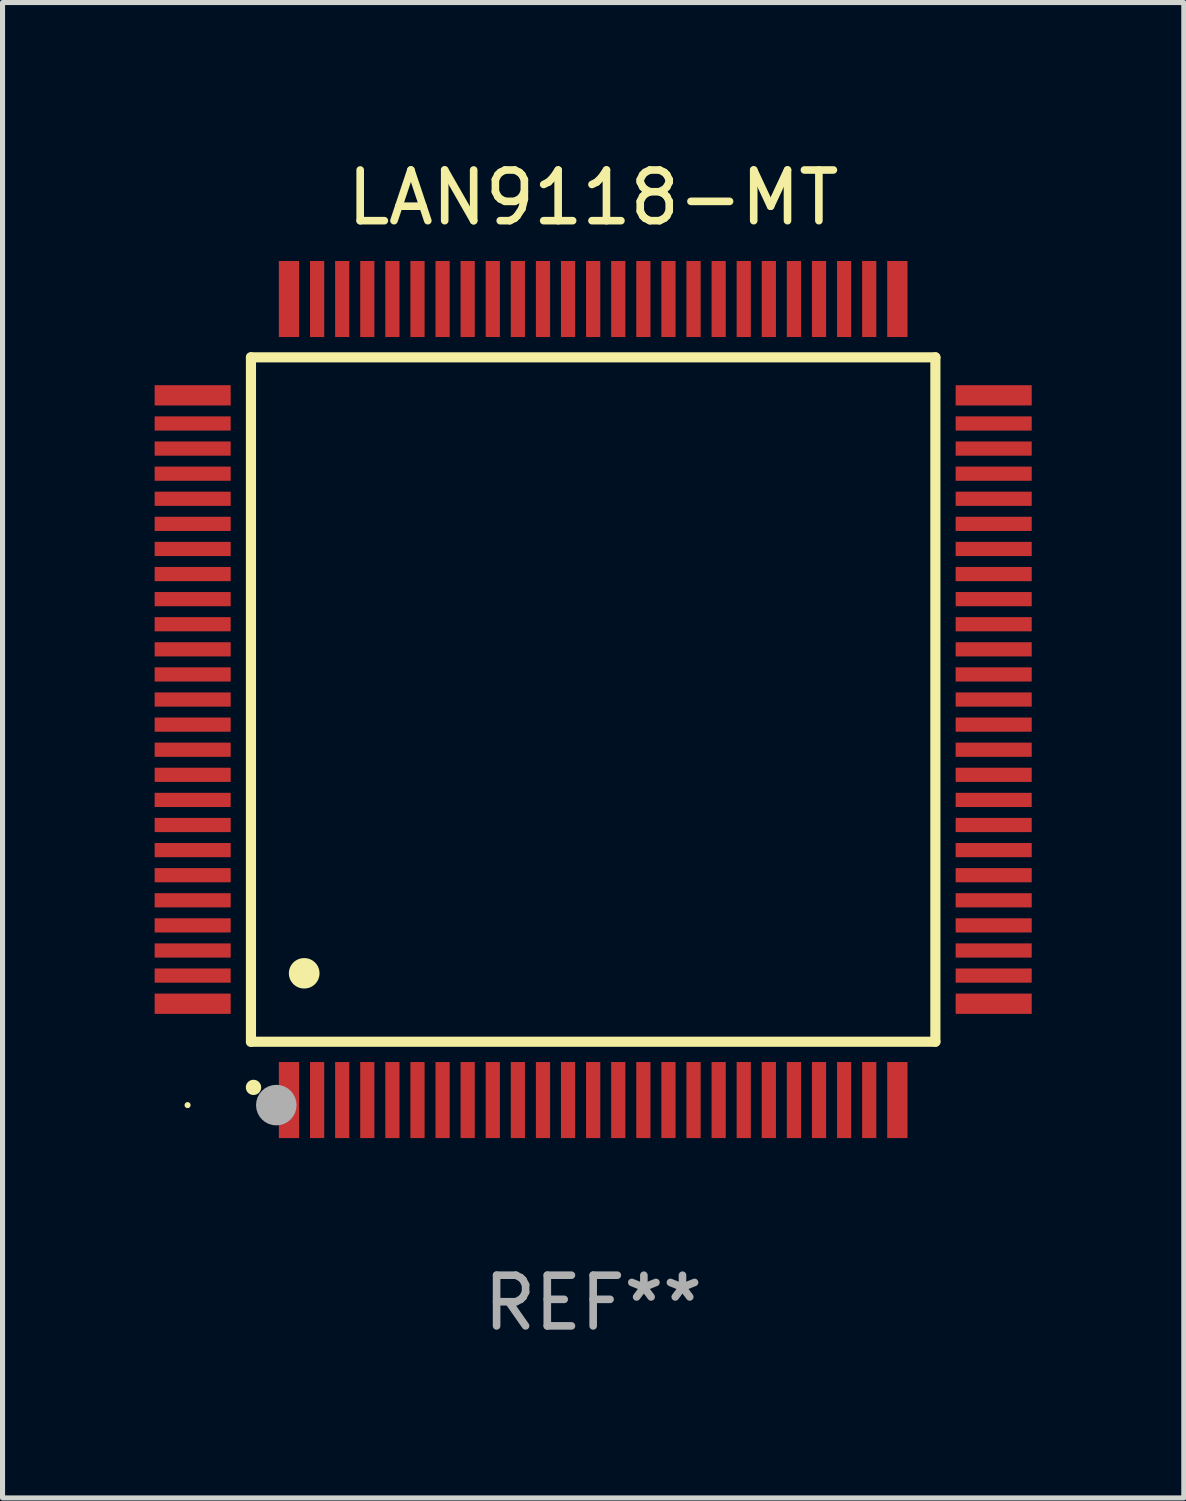
<source format=kicad_pcb>
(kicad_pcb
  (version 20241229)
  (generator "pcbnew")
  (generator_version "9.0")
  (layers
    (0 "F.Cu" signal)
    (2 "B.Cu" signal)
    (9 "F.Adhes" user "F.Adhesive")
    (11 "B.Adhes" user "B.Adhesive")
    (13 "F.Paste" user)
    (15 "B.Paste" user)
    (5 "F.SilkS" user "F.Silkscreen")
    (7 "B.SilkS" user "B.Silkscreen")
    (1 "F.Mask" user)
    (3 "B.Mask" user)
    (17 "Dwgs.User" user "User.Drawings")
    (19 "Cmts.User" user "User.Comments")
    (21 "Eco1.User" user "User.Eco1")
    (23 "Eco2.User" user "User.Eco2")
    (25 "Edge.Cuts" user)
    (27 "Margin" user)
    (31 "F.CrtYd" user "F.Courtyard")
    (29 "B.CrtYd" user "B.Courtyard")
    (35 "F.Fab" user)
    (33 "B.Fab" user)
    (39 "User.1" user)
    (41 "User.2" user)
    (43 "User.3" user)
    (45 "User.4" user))
  (footprint "LAN9118-MT"
    (layer "F.Cu")
    (at 8.65 10.748)
    (property "Reference" "LAN9118-MT" (at 0 -9.9 0) (layer "F.SilkS") (effects (font (size 1 1) (thickness 0.15))))
    (attr through_hole)
    (fp_line (start -6.75 -6.75) (end -6.75 6.75) (stroke (width 0.2) (type solid)) (layer "F.SilkS"))
    (fp_line (start -6.75 6.75) (end 6.75 6.75) (stroke (width 0.2) (type solid)) (layer "F.SilkS"))
    (fp_line (start 6.75 -6.75) (end -6.75 -6.75) (stroke (width 0.2) (type solid)) (layer "F.SilkS"))
    (fp_line (start 6.75 6.75) (end 6.75 -6.75) (stroke (width 0.2) (type solid)) (layer "F.SilkS"))
    (fp_arc (start -6.701321 7.650013) (mid -6.700051 7.650008) (end -6.698781 7.650013) (stroke (width 0.3) (type solid)) (layer "F.SilkS"))
    (fp_arc (start -5.702515 5.400025) (mid -5.699975 5.400014) (end -5.697435 5.400025) (stroke (width 0.6) (type solid)) (layer "F.SilkS"))
    (fp_circle (center -8 8) (end -7.97 8) (stroke (width 0.06) (type solid)) (fill no) (layer "F.SilkS"))
    (fp_circle (center -6.25 8) (end -6.05 8) (stroke (width 0.4) (type solid)) (fill no) (layer "F.Fab"))
    (fp_text user "REF**" (at 0 11.9 0) (layer "F.Fab") (effects (font (size 1 1) (thickness 0.15))))
    (pad "1" smd rect (at -6 7.9 180) (size 0.4 1.5) (layers "F.Cu" "F.Mask" "F.Paste"))
    (pad "2" smd rect (at -5.445 7.9 180) (size 0.28 1.5) (layers "F.Cu" "F.Mask" "F.Paste"))
    (pad "3" smd rect (at -4.95 7.9 180) (size 0.28 1.5) (layers "F.Cu" "F.Mask" "F.Paste"))
    (pad "4" smd rect (at -4.455 7.9 180) (size 0.28 1.5) (layers "F.Cu" "F.Mask" "F.Paste"))
    (pad "5" smd rect (at -3.96 7.9 180) (size 0.28 1.5) (layers "F.Cu" "F.Mask" "F.Paste"))
    (pad "6" smd rect (at -3.465 7.9 180) (size 0.28 1.5) (layers "F.Cu" "F.Mask" "F.Paste"))
    (pad "7" smd rect (at -2.97 7.9 180) (size 0.28 1.5) (layers "F.Cu" "F.Mask" "F.Paste"))
    (pad "8" smd rect (at -2.475 7.9 180) (size 0.28 1.5) (layers "F.Cu" "F.Mask" "F.Paste"))
    (pad "9" smd rect (at -1.98 7.9 180) (size 0.28 1.5) (layers "F.Cu" "F.Mask" "F.Paste"))
    (pad "10" smd rect (at -1.485 7.9 180) (size 0.28 1.5) (layers "F.Cu" "F.Mask" "F.Paste"))
    (pad "11" smd rect (at -0.99 7.9 180) (size 0.28 1.5) (layers "F.Cu" "F.Mask" "F.Paste"))
    (pad "12" smd rect (at -0.495 7.9 180) (size 0.28 1.5) (layers "F.Cu" "F.Mask" "F.Paste"))
    (pad "13" smd rect (at 0.000178 7.9 180) (size 0.28 1.5) (layers "F.Cu" "F.Mask" "F.Paste"))
    (pad "14" smd rect (at 0.495 7.9 180) (size 0.28 1.5) (layers "F.Cu" "F.Mask" "F.Paste"))
    (pad "15" smd rect (at 0.99 7.9 180) (size 0.28 1.5) (layers "F.Cu" "F.Mask" "F.Paste"))
    (pad "16" smd rect (at 1.485 7.9 180) (size 0.28 1.5) (layers "F.Cu" "F.Mask" "F.Paste"))
    (pad "17" smd rect (at 1.98 7.9 180) (size 0.28 1.5) (layers "F.Cu" "F.Mask" "F.Paste"))
    (pad "18" smd rect (at 2.475 7.9 180) (size 0.28 1.5) (layers "F.Cu" "F.Mask" "F.Paste"))
    (pad "19" smd rect (at 2.97 7.9 180) (size 0.28 1.5) (layers "F.Cu" "F.Mask" "F.Paste"))
    (pad "20" smd rect (at 3.465 7.9 180) (size 0.28 1.5) (layers "F.Cu" "F.Mask" "F.Paste"))
    (pad "21" smd rect (at 3.96 7.9 180) (size 0.28 1.5) (layers "F.Cu" "F.Mask" "F.Paste"))
    (pad "22" smd rect (at 4.455 7.9 180) (size 0.28 1.5) (layers "F.Cu" "F.Mask" "F.Paste"))
    (pad "23" smd rect (at 4.95 7.9 180) (size 0.28 1.5) (layers "F.Cu" "F.Mask" "F.Paste"))
    (pad "24" smd rect (at 5.445 7.9 180) (size 0.28 1.5) (layers "F.Cu" "F.Mask" "F.Paste"))
    (pad "25" smd rect (at 6 7.9 180) (size 0.4 1.5) (layers "F.Cu" "F.Mask" "F.Paste"))
    (pad "26" smd rect (at 7.9 6 90) (size 0.4 1.5) (layers "F.Cu" "F.Mask" "F.Paste"))
    (pad "27" smd rect (at 7.9 5.445 90) (size 0.28 1.5) (layers "F.Cu" "F.Mask" "F.Paste"))
    (pad "28" smd rect (at 7.9 4.95 90) (size 0.28 1.5) (layers "F.Cu" "F.Mask" "F.Paste"))
    (pad "29" smd rect (at 7.9 4.455 90) (size 0.28 1.5) (layers "F.Cu" "F.Mask" "F.Paste"))
    (pad "30" smd rect (at 7.9 3.96 90) (size 0.28 1.5) (layers "F.Cu" "F.Mask" "F.Paste"))
    (pad "31" smd rect (at 7.9 3.465 90) (size 0.28 1.5) (layers "F.Cu" "F.Mask" "F.Paste"))
    (pad "32" smd rect (at 7.9 2.97 90) (size 0.28 1.5) (layers "F.Cu" "F.Mask" "F.Paste"))
    (pad "33" smd rect (at 7.9 2.475 90) (size 0.28 1.5) (layers "F.Cu" "F.Mask" "F.Paste"))
    (pad "34" smd rect (at 7.9 1.98 90) (size 0.28 1.5) (layers "F.Cu" "F.Mask" "F.Paste"))
    (pad "35" smd rect (at 7.9 1.485 90) (size 0.28 1.5) (layers "F.Cu" "F.Mask" "F.Paste"))
    (pad "36" smd rect (at 7.9 0.99 90) (size 0.28 1.5) (layers "F.Cu" "F.Mask" "F.Paste"))
    (pad "37" smd rect (at 7.9 0.495 90) (size 0.28 1.5) (layers "F.Cu" "F.Mask" "F.Paste"))
    (pad "38" smd rect (at 7.9 0 90) (size 0.28 1.5) (layers "F.Cu" "F.Mask" "F.Paste"))
    (pad "39" smd rect (at 7.9 -0.495 90) (size 0.28 1.5) (layers "F.Cu" "F.Mask" "F.Paste"))
    (pad "40" smd rect (at 7.9 -0.99 90) (size 0.28 1.5) (layers "F.Cu" "F.Mask" "F.Paste"))
    (pad "41" smd rect (at 7.9 -1.485 90) (size 0.28 1.5) (layers "F.Cu" "F.Mask" "F.Paste"))
    (pad "42" smd rect (at 7.9 -1.98 90) (size 0.28 1.5) (layers "F.Cu" "F.Mask" "F.Paste"))
    (pad "43" smd rect (at 7.9 -2.475 90) (size 0.28 1.5) (layers "F.Cu" "F.Mask" "F.Paste"))
    (pad "44" smd rect (at 7.9 -2.97 90) (size 0.28 1.5) (layers "F.Cu" "F.Mask" "F.Paste"))
    (pad "45" smd rect (at 7.9 -3.465 90) (size 0.28 1.5) (layers "F.Cu" "F.Mask" "F.Paste"))
    (pad "46" smd rect (at 7.9 -3.96 90) (size 0.28 1.5) (layers "F.Cu" "F.Mask" "F.Paste"))
    (pad "47" smd rect (at 7.9 -4.455 90) (size 0.28 1.5) (layers "F.Cu" "F.Mask" "F.Paste"))
    (pad "48" smd rect (at 7.9 -4.95 90) (size 0.28 1.5) (layers "F.Cu" "F.Mask" "F.Paste"))
    (pad "49" smd rect (at 7.9 -5.445 90) (size 0.28 1.5) (layers "F.Cu" "F.Mask" "F.Paste"))
    (pad "50" smd rect (at 7.9 -6 90) (size 0.4 1.5) (layers "F.Cu" "F.Mask" "F.Paste"))
    (pad "51" smd rect (at 6 -7.9 180) (size 0.4 1.5) (layers "F.Cu" "F.Mask" "F.Paste"))
    (pad "52" smd rect (at 5.445 -7.9 180) (size 0.28 1.5) (layers "F.Cu" "F.Mask" "F.Paste"))
    (pad "53" smd rect (at 4.95 -7.9 180) (size 0.28 1.5) (layers "F.Cu" "F.Mask" "F.Paste"))
    (pad "54" smd rect (at 4.455 -7.9 180) (size 0.28 1.5) (layers "F.Cu" "F.Mask" "F.Paste"))
    (pad "55" smd rect (at 3.96 -7.9 180) (size 0.28 1.5) (layers "F.Cu" "F.Mask" "F.Paste"))
    (pad "56" smd rect (at 3.465 -7.9 180) (size 0.28 1.5) (layers "F.Cu" "F.Mask" "F.Paste"))
    (pad "57" smd rect (at 2.97 -7.9 180) (size 0.28 1.5) (layers "F.Cu" "F.Mask" "F.Paste"))
    (pad "58" smd rect (at 2.475 -7.9 180) (size 0.28 1.5) (layers "F.Cu" "F.Mask" "F.Paste"))
    (pad "59" smd rect (at 1.98 -7.9 180) (size 0.28 1.5) (layers "F.Cu" "F.Mask" "F.Paste"))
    (pad "60" smd rect (at 1.485 -7.9 180) (size 0.28 1.5) (layers "F.Cu" "F.Mask" "F.Paste"))
    (pad "61" smd rect (at 0.99 -7.9 180) (size 0.28 1.5) (layers "F.Cu" "F.Mask" "F.Paste"))
    (pad "62" smd rect (at 0.495 -7.9 180) (size 0.28 1.5) (layers "F.Cu" "F.Mask" "F.Paste"))
    (pad "63" smd rect (at 0.000178 -7.9 180) (size 0.28 1.5) (layers "F.Cu" "F.Mask" "F.Paste"))
    (pad "64" smd rect (at -0.495 -7.9 180) (size 0.28 1.5) (layers "F.Cu" "F.Mask" "F.Paste"))
    (pad "65" smd rect (at -0.99 -7.9 180) (size 0.28 1.5) (layers "F.Cu" "F.Mask" "F.Paste"))
    (pad "66" smd rect (at -1.485 -7.9 180) (size 0.28 1.5) (layers "F.Cu" "F.Mask" "F.Paste"))
    (pad "67" smd rect (at -1.98 -7.9 180) (size 0.28 1.5) (layers "F.Cu" "F.Mask" "F.Paste"))
    (pad "68" smd rect (at -2.475 -7.9 180) (size 0.28 1.5) (layers "F.Cu" "F.Mask" "F.Paste"))
    (pad "69" smd rect (at -2.97 -7.9 180) (size 0.28 1.5) (layers "F.Cu" "F.Mask" "F.Paste"))
    (pad "70" smd rect (at -3.465 -7.9 180) (size 0.28 1.5) (layers "F.Cu" "F.Mask" "F.Paste"))
    (pad "71" smd rect (at -3.96 -7.9 180) (size 0.28 1.5) (layers "F.Cu" "F.Mask" "F.Paste"))
    (pad "72" smd rect (at -4.455 -7.9 180) (size 0.28 1.5) (layers "F.Cu" "F.Mask" "F.Paste"))
    (pad "73" smd rect (at -4.95 -7.9 180) (size 0.28 1.5) (layers "F.Cu" "F.Mask" "F.Paste"))
    (pad "74" smd rect (at -5.445 -7.9 180) (size 0.28 1.5) (layers "F.Cu" "F.Mask" "F.Paste"))
    (pad "75" smd rect (at -6 -7.9 180) (size 0.4 1.5) (layers "F.Cu" "F.Mask" "F.Paste"))
    (pad "76" smd rect (at -7.9 -6 90) (size 0.4 1.5) (layers "F.Cu" "F.Mask" "F.Paste"))
    (pad "77" smd rect (at -7.9 -5.445 90) (size 0.28 1.5) (layers "F.Cu" "F.Mask" "F.Paste"))
    (pad "78" smd rect (at -7.9 -4.95 90) (size 0.28 1.5) (layers "F.Cu" "F.Mask" "F.Paste"))
    (pad "79" smd rect (at -7.9 -4.455 90) (size 0.28 1.5) (layers "F.Cu" "F.Mask" "F.Paste"))
    (pad "80" smd rect (at -7.9 -3.96 90) (size 0.28 1.5) (layers "F.Cu" "F.Mask" "F.Paste"))
    (pad "81" smd rect (at -7.9 -3.465 90) (size 0.28 1.5) (layers "F.Cu" "F.Mask" "F.Paste"))
    (pad "82" smd rect (at -7.9 -2.97 90) (size 0.28 1.5) (layers "F.Cu" "F.Mask" "F.Paste"))
    (pad "83" smd rect (at -7.9 -2.475 90) (size 0.28 1.5) (layers "F.Cu" "F.Mask" "F.Paste"))
    (pad "84" smd rect (at -7.9 -1.98 90) (size 0.28 1.5) (layers "F.Cu" "F.Mask" "F.Paste"))
    (pad "85" smd rect (at -7.9 -1.485 90) (size 0.28 1.5) (layers "F.Cu" "F.Mask" "F.Paste"))
    (pad "86" smd rect (at -7.9 -0.99 90) (size 0.28 1.5) (layers "F.Cu" "F.Mask" "F.Paste"))
    (pad "87" smd rect (at -7.9 -0.495 90) (size 0.28 1.5) (layers "F.Cu" "F.Mask" "F.Paste"))
    (pad "88" smd rect (at -7.9 0 90) (size 0.28 1.5) (layers "F.Cu" "F.Mask" "F.Paste"))
    (pad "89" smd rect (at -7.9 0.495 90) (size 0.28 1.5) (layers "F.Cu" "F.Mask" "F.Paste"))
    (pad "90" smd rect (at -7.9 0.99 90) (size 0.28 1.5) (layers "F.Cu" "F.Mask" "F.Paste"))
    (pad "91" smd rect (at -7.9 1.485 90) (size 0.28 1.5) (layers "F.Cu" "F.Mask" "F.Paste"))
    (pad "92" smd rect (at -7.9 1.98 90) (size 0.28 1.5) (layers "F.Cu" "F.Mask" "F.Paste"))
    (pad "93" smd rect (at -7.9 2.475 90) (size 0.28 1.5) (layers "F.Cu" "F.Mask" "F.Paste"))
    (pad "94" smd rect (at -7.9 2.97 90) (size 0.28 1.5) (layers "F.Cu" "F.Mask" "F.Paste"))
    (pad "95" smd rect (at -7.9 3.465 90) (size 0.28 1.5) (layers "F.Cu" "F.Mask" "F.Paste"))
    (pad "96" smd rect (at -7.9 3.96 90) (size 0.28 1.5) (layers "F.Cu" "F.Mask" "F.Paste"))
    (pad "97" smd rect (at -7.9 4.455 90) (size 0.28 1.5) (layers "F.Cu" "F.Mask" "F.Paste"))
    (pad "98" smd rect (at -7.9 4.95 90) (size 0.28 1.5) (layers "F.Cu" "F.Mask" "F.Paste"))
    (pad "99" smd rect (at -7.9 5.445 90) (size 0.28 1.5) (layers "F.Cu" "F.Mask" "F.Paste"))
    (pad "100" smd rect (at -7.9 6 90) (size 0.4 1.5) (layers "F.Cu" "F.Mask" "F.Paste")))
  (gr_rect
    (start -3 -3)
    (end 20.3 26.496)
    (stroke (width 0.1) (type default))
    (fill no)
    (layer "Edge.Cuts")))
</source>
